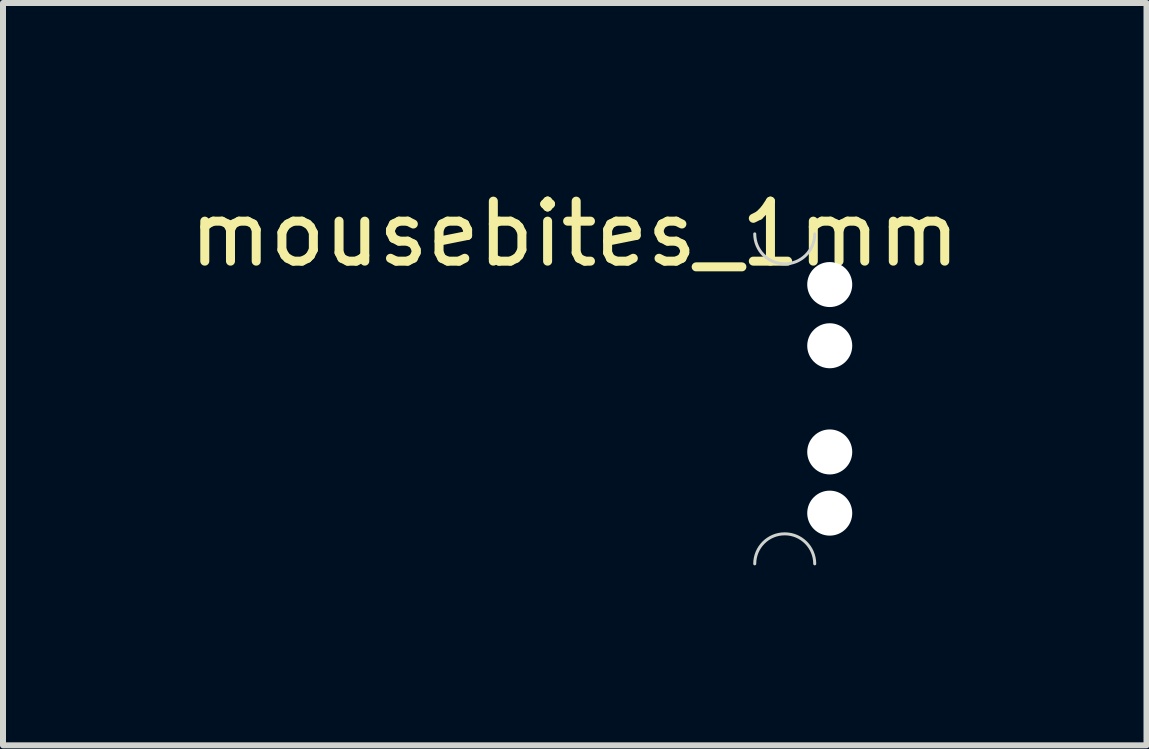
<source format=kicad_pcb>
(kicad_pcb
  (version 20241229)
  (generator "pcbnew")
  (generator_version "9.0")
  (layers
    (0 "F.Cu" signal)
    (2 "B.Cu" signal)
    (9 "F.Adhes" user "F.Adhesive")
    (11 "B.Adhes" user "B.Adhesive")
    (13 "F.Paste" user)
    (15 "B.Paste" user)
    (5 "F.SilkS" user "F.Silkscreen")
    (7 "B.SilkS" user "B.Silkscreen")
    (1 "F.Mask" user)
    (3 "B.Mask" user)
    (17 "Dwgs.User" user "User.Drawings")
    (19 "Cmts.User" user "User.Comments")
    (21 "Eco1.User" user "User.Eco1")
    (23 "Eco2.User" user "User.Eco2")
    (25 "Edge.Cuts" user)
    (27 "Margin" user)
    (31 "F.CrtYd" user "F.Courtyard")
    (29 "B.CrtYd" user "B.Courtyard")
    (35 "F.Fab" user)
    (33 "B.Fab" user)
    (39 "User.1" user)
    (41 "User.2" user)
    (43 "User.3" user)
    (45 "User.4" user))
  (footprint "mousebites_1mm"
    (layer "F.Cu")
    (at 10.53 3.598)
    (property "Reference" "mousebites_1mm" (at -4 -2.75 180) (layer "F.SilkS") (effects (font (size 1 1) (thickness 0.15))))
    (attr exclude_from_pos_files exclude_from_bom)
    (fp_arc (start -1 2.75) (mid -0.5 2.25) (end 0 2.75) (stroke (width 0.05) (type solid)) (layer "Edge.Cuts"))
    (fp_arc (start 0 -2.75) (mid -0.5 -2.25) (end -1 -2.75) (stroke (width 0.05) (type solid)) (layer "Edge.Cuts"))
    (pad "" np_thru_hole circle (at 0.25 -1.905) (size 0.75 0.75) (drill 0.75) (layers "*.Cu" "*.Mask"))
    (pad "" np_thru_hole circle (at 0.25 -0.885) (size 0.75 0.75) (drill 0.75) (layers "*.Cu" "*.Mask"))
    (pad "" np_thru_hole circle (at 0.25 0.885) (size 0.75 0.75) (drill 0.75) (layers "*.Cu" "*.Mask"))
    (pad "" np_thru_hole circle (at 0.25 1.905) (size 0.75 0.75) (drill 0.75) (layers "*.Cu" "*.Mask")))
  (gr_rect
    (start -3 -3)
    (end 16.06 9.373)
    (stroke (width 0.1) (type default))
    (fill no)
    (layer "Edge.Cuts")))
</source>
